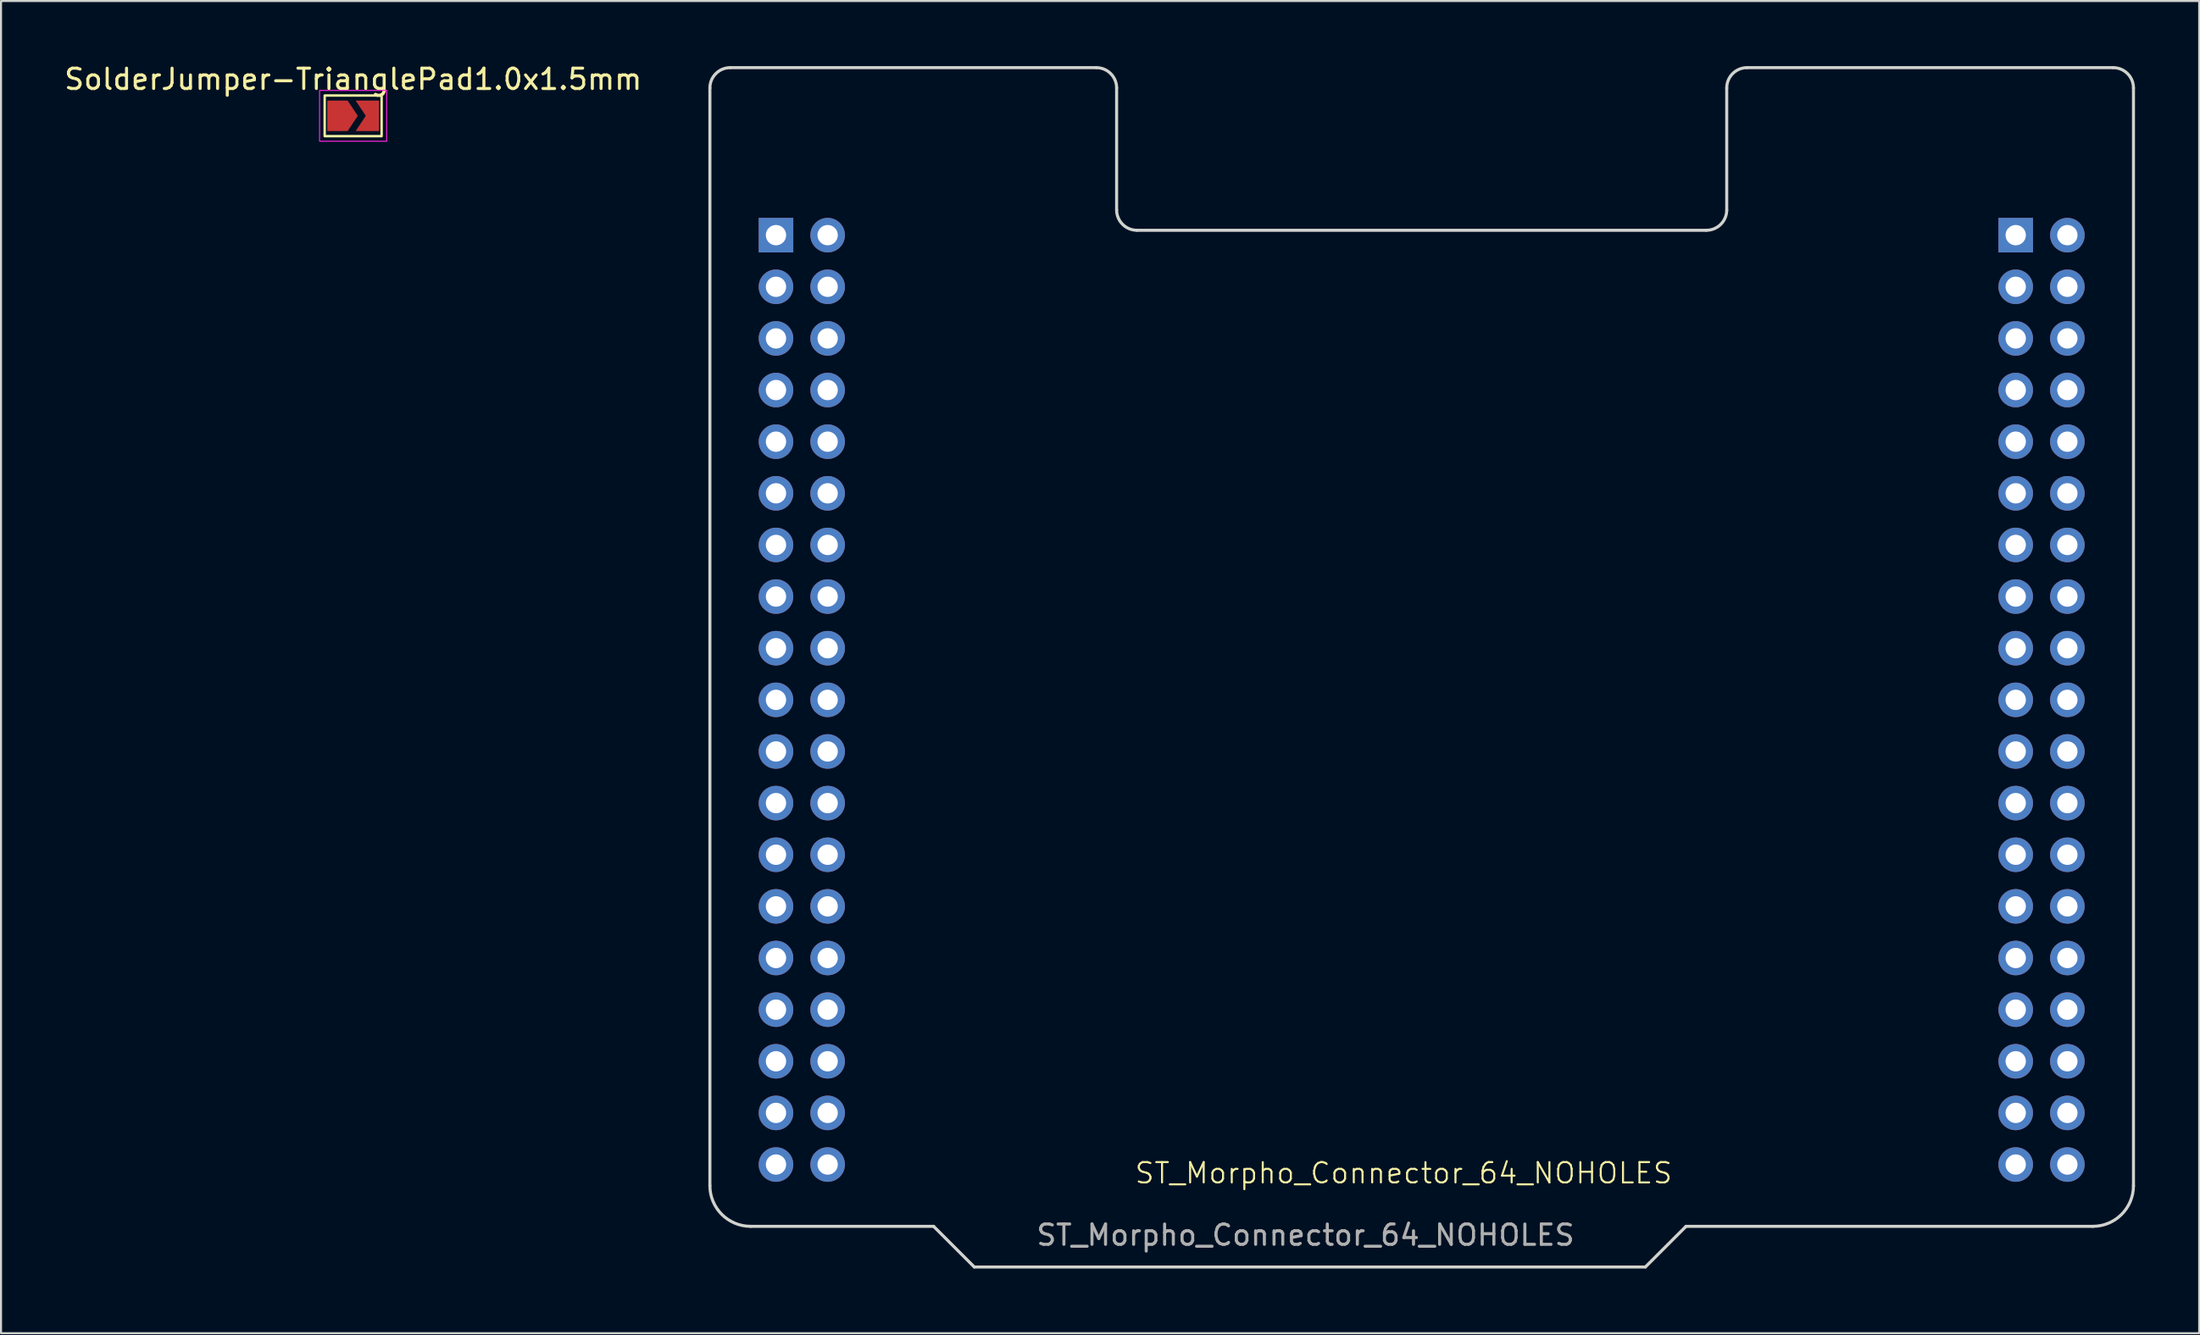
<source format=kicad_pcb>
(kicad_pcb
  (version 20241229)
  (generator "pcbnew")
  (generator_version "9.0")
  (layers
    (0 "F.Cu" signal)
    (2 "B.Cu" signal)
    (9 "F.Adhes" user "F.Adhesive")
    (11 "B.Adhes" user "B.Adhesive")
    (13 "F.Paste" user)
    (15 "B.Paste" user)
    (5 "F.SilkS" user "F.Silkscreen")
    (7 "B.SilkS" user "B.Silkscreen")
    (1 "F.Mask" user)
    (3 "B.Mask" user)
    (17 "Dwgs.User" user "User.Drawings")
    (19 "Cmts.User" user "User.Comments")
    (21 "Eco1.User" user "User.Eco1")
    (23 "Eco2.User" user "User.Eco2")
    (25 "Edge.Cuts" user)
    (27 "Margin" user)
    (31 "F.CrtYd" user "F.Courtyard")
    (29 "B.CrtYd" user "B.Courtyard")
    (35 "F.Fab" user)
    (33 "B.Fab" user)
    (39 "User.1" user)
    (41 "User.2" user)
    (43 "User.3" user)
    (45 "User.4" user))
  (footprint "SolderJumper-TrianglePad1.0x1.5mm"
    (layer "F.Cu")
    (at 14.315 2.648)
    (property "Reference" "SolderJumper-TrianglePad1.0x1.5mm" (at 0 -1.8 0) (layer "F.SilkS") (effects (font (size 1 1) (thickness 0.15))))
    (attr exclude_from_pos_files exclude_from_bom)
    (fp_rect (start -1.4 -1) (end 1.4 1) (stroke (width 0.12) (type solid)) (fill no) (layer "F.SilkS"))
    (fp_rect (start -1.65 -1.25) (end 1.65 1.25) (stroke (width 0.05) (type solid)) (fill no) (layer "F.CrtYd"))
    (pad "1" smd custom (at -0.772 0) (size 0.3 0.3) (layers "F.Cu" "F.Mask") (options (anchor rect)) (primitives (gr_poly (pts (xy 1 0) (xy 0.5 0.75) (xy -0.5 0.75) (xy -0.5 -0.75) (xy 0.5 -0.75)) (width 0) (fill yes))))
    (pad "2" smd custom (at 0.772 0) (size 0.3 0.3) (layers "F.Cu" "F.Mask") (options (anchor rect)) (primitives (gr_poly (pts (xy 0.5 0.75) (xy -0.65 0.75) (xy -0.15 0) (xy -0.65 -0.75) (xy 0.5 -0.75)) (width 0) (fill yes)))))
  (footprint "ST_Morpho_Connector_64_NOHOLES"
    (layer "F.Cu")
    (at 65.463 33.832)
    (property "Reference" "ST_Morpho_Connector_64_NOHOLES" (at 0.508 20.828 0) (unlocked yes) (layer "F.SilkS") (effects (font (size 1 1) (thickness 0.1))))
    (attr through_hole)
    (fp_line (start -33.606 -32.554) (end -33.606 21.446) (stroke (width 0.15) (type solid)) (layer "Edge.Cuts"))
    (fp_line (start -22.606 23.446) (end -31.606 23.446) (stroke (width 0.15) (type solid)) (layer "Edge.Cuts"))
    (fp_line (start -20.606 25.446) (end -22.606 23.446) (stroke (width 0.15) (type solid)) (layer "Edge.Cuts"))
    (fp_line (start -14.606 -33.554) (end -32.606 -33.554) (stroke (width 0.15) (type solid)) (layer "Edge.Cuts"))
    (fp_line (start -13.606 -26.554) (end -13.606 -32.554) (stroke (width 0.15) (type solid)) (layer "Edge.Cuts"))
    (fp_line (start -12.606 -25.554) (end 15.394 -25.554) (stroke (width 0.15) (type solid)) (layer "Edge.Cuts"))
    (fp_line (start 12.394 25.446) (end -20.606 25.446) (stroke (width 0.15) (type solid)) (layer "Edge.Cuts"))
    (fp_line (start 14.394 23.446) (end 12.394 25.446) (stroke (width 0.15) (type solid)) (layer "Edge.Cuts"))
    (fp_line (start 16.394 -26.554) (end 16.394 -32.554) (stroke (width 0.15) (type solid)) (layer "Edge.Cuts"))
    (fp_line (start 17.394 -33.554) (end 35.394 -33.554) (stroke (width 0.15) (type solid)) (layer "Edge.Cuts"))
    (fp_line (start 34.394 23.446) (end 14.394 23.446) (stroke (width 0.15) (type solid)) (layer "Edge.Cuts"))
    (fp_line (start 36.394 -32.554) (end 36.394 21.446) (stroke (width 0.15) (type solid)) (layer "Edge.Cuts"))
    (fp_arc (start -33.605786 -32.554214) (mid -33.312887 -33.261307) (end -32.605786 -33.554214) (stroke (width 0.15) (type solid)) (layer "Edge.Cuts"))
    (fp_arc (start -31.605786 23.445786) (mid -33.020004 22.860004) (end -33.605786 21.445786) (stroke (width 0.15) (type solid)) (layer "Edge.Cuts"))
    (fp_arc (start -14.605786 -33.554214) (mid -13.898683 -33.261317) (end -13.605786 -32.554214) (stroke (width 0.15) (type solid)) (layer "Edge.Cuts"))
    (fp_arc (start -12.605786 -25.554214) (mid -13.312897 -25.847103) (end -13.605786 -26.554214) (stroke (width 0.15) (type solid)) (layer "Edge.Cuts"))
    (fp_arc (start 16.394214 -32.554214) (mid 16.687107 -33.261321) (end 17.394214 -33.554214) (stroke (width 0.15) (type solid)) (layer "Edge.Cuts"))
    (fp_arc (start 16.394214 -26.554214) (mid 16.101321 -25.847107) (end 15.394214 -25.554214) (stroke (width 0.15) (type solid)) (layer "Edge.Cuts"))
    (fp_arc (start 35.394214 -33.554214) (mid 36.101321 -33.261321) (end 36.394214 -32.554214) (stroke (width 0.15) (type solid)) (layer "Edge.Cuts"))
    (fp_arc (start 36.394214 21.445786) (mid 35.808428 22.86) (end 34.394214 23.445786) (stroke (width 0.15) (type solid)) (layer "Edge.Cuts"))
    (fp_rect (start -33.782 -33.782) (end 36.576 25.654) (stroke (width 0.1) (type default)) (fill no) (layer "Margin"))
    (fp_text user "${REFERENCE}" (at -4.318 23.876 0) (unlocked yes) (layer "F.Fab") (effects (font (size 1 1) (thickness 0.15))))
    (pad "1" thru_hole rect (at -30.356 -25.314) (size 1.7 1.7) (drill 1) (layers "*.Cu" "*.Mask"))
    (pad "2" thru_hole oval (at -27.816 -25.314) (size 1.7 1.7) (drill 1) (layers "*.Cu" "*.Mask"))
    (pad "3" thru_hole oval (at -30.356 -22.774) (size 1.7 1.7) (drill 1) (layers "*.Cu" "*.Mask"))
    (pad "4" thru_hole oval (at -27.816 -22.774) (size 1.7 1.7) (drill 1) (layers "*.Cu" "*.Mask"))
    (pad "5" thru_hole oval (at -30.356 -20.234) (size 1.7 1.7) (drill 1) (layers "*.Cu" "*.Mask"))
    (pad "6" thru_hole oval (at -27.816 -20.234) (size 1.7 1.7) (drill 1) (layers "*.Cu" "*.Mask"))
    (pad "7" thru_hole oval (at -30.356 -17.694) (size 1.7 1.7) (drill 1) (layers "*.Cu" "*.Mask"))
    (pad "8" thru_hole oval (at -27.816 -17.694) (size 1.7 1.7) (drill 1) (layers "*.Cu" "*.Mask"))
    (pad "9" thru_hole oval (at -30.356 -15.154) (size 1.7 1.7) (drill 1) (layers "*.Cu" "*.Mask"))
    (pad "10" thru_hole oval (at -27.816 -15.154) (size 1.7 1.7) (drill 1) (layers "*.Cu" "*.Mask"))
    (pad "11" thru_hole oval (at -30.356 -12.614) (size 1.7 1.7) (drill 1) (layers "*.Cu" "*.Mask"))
    (pad "12" thru_hole oval (at -27.816 -12.614) (size 1.7 1.7) (drill 1) (layers "*.Cu" "*.Mask"))
    (pad "13" thru_hole oval (at -30.356 -10.074) (size 1.7 1.7) (drill 1) (layers "*.Cu" "*.Mask"))
    (pad "14" thru_hole oval (at -27.816 -10.074) (size 1.7 1.7) (drill 1) (layers "*.Cu" "*.Mask"))
    (pad "15" thru_hole oval (at -30.356 -7.534) (size 1.7 1.7) (drill 1) (layers "*.Cu" "*.Mask"))
    (pad "16" thru_hole oval (at -27.816 -7.534) (size 1.7 1.7) (drill 1) (layers "*.Cu" "*.Mask"))
    (pad "17" thru_hole oval (at -30.356 -4.994) (size 1.7 1.7) (drill 1) (layers "*.Cu" "*.Mask"))
    (pad "18" thru_hole oval (at -27.816 -4.994) (size 1.7 1.7) (drill 1) (layers "*.Cu" "*.Mask"))
    (pad "19" thru_hole oval (at -30.356 -2.454) (size 1.7 1.7) (drill 1) (layers "*.Cu" "*.Mask"))
    (pad "20" thru_hole oval (at -27.816 -2.454) (size 1.7 1.7) (drill 1) (layers "*.Cu" "*.Mask"))
    (pad "21" thru_hole oval (at -30.356 0.086) (size 1.7 1.7) (drill 1) (layers "*.Cu" "*.Mask"))
    (pad "22" thru_hole oval (at -27.816 0.086) (size 1.7 1.7) (drill 1) (layers "*.Cu" "*.Mask"))
    (pad "23" thru_hole oval (at -30.356 2.626) (size 1.7 1.7) (drill 1) (layers "*.Cu" "*.Mask"))
    (pad "24" thru_hole oval (at -27.816 2.626) (size 1.7 1.7) (drill 1) (layers "*.Cu" "*.Mask"))
    (pad "25" thru_hole oval (at -30.356 5.166) (size 1.7 1.7) (drill 1) (layers "*.Cu" "*.Mask"))
    (pad "26" thru_hole oval (at -27.816 5.166) (size 1.7 1.7) (drill 1) (layers "*.Cu" "*.Mask"))
    (pad "27" thru_hole oval (at -30.356 7.706) (size 1.7 1.7) (drill 1) (layers "*.Cu" "*.Mask"))
    (pad "28" thru_hole oval (at -27.816 7.706) (size 1.7 1.7) (drill 1) (layers "*.Cu" "*.Mask"))
    (pad "29" thru_hole oval (at -30.356 10.246) (size 1.7 1.7) (drill 1) (layers "*.Cu" "*.Mask"))
    (pad "30" thru_hole oval (at -27.816 10.246) (size 1.7 1.7) (drill 1) (layers "*.Cu" "*.Mask"))
    (pad "31" thru_hole oval (at -30.356 12.786) (size 1.7 1.7) (drill 1) (layers "*.Cu" "*.Mask"))
    (pad "32" thru_hole oval (at -27.816 12.786) (size 1.7 1.7) (drill 1) (layers "*.Cu" "*.Mask"))
    (pad "33" thru_hole oval (at -30.356 15.326) (size 1.7 1.7) (drill 1) (layers "*.Cu" "*.Mask"))
    (pad "34" thru_hole oval (at -27.816 15.326) (size 1.7 1.7) (drill 1) (layers "*.Cu" "*.Mask"))
    (pad "35" thru_hole oval (at -30.356 17.866) (size 1.7 1.7) (drill 1) (layers "*.Cu" "*.Mask"))
    (pad "36" thru_hole oval (at -27.816 17.866) (size 1.7 1.7) (drill 1) (layers "*.Cu" "*.Mask"))
    (pad "37" thru_hole oval (at -30.356 20.406) (size 1.7 1.7) (drill 1) (layers "*.Cu" "*.Mask"))
    (pad "38" thru_hole oval (at -27.816 20.406) (size 1.7 1.7) (drill 1) (layers "*.Cu" "*.Mask"))
    (pad "39" thru_hole rect (at 30.604 -25.314) (size 1.7 1.7) (drill 1) (layers "*.Cu" "*.Mask"))
    (pad "40" thru_hole oval (at 33.144 -25.314) (size 1.7 1.7) (drill 1) (layers "*.Cu" "*.Mask"))
    (pad "41" thru_hole oval (at 30.604 -22.774) (size 1.7 1.7) (drill 1) (layers "*.Cu" "*.Mask"))
    (pad "42" thru_hole oval (at 33.144 -22.774) (size 1.7 1.7) (drill 1) (layers "*.Cu" "*.Mask"))
    (pad "43" thru_hole oval (at 30.604 -20.234) (size 1.7 1.7) (drill 1) (layers "*.Cu" "*.Mask"))
    (pad "44" thru_hole oval (at 33.144 -20.234) (size 1.7 1.7) (drill 1) (layers "*.Cu" "*.Mask"))
    (pad "45" thru_hole oval (at 30.604 -17.694) (size 1.7 1.7) (drill 1) (layers "*.Cu" "*.Mask"))
    (pad "46" thru_hole oval (at 33.144 -17.694) (size 1.7 1.7) (drill 1) (layers "*.Cu" "*.Mask"))
    (pad "47" thru_hole oval (at 30.604 -15.154) (size 1.7 1.7) (drill 1) (layers "*.Cu" "*.Mask"))
    (pad "48" thru_hole oval (at 33.144 -15.154) (size 1.7 1.7) (drill 1) (layers "*.Cu" "*.Mask"))
    (pad "49" thru_hole oval (at 30.604 -12.614) (size 1.7 1.7) (drill 1) (layers "*.Cu" "*.Mask"))
    (pad "50" thru_hole oval (at 33.144 -12.614) (size 1.7 1.7) (drill 1) (layers "*.Cu" "*.Mask"))
    (pad "51" thru_hole oval (at 30.604 -10.074) (size 1.7 1.7) (drill 1) (layers "*.Cu" "*.Mask"))
    (pad "52" thru_hole oval (at 33.144 -10.074) (size 1.7 1.7) (drill 1) (layers "*.Cu" "*.Mask"))
    (pad "53" thru_hole oval (at 30.604 -7.534) (size 1.7 1.7) (drill 1) (layers "*.Cu" "*.Mask"))
    (pad "54" thru_hole oval (at 33.144 -7.534) (size 1.7 1.7) (drill 1) (layers "*.Cu" "*.Mask"))
    (pad "55" thru_hole oval (at 30.604 -4.994) (size 1.7 1.7) (drill 1) (layers "*.Cu" "*.Mask"))
    (pad "56" thru_hole oval (at 33.144 -4.994) (size 1.7 1.7) (drill 1) (layers "*.Cu" "*.Mask"))
    (pad "57" thru_hole oval (at 30.604 -2.454) (size 1.7 1.7) (drill 1) (layers "*.Cu" "*.Mask"))
    (pad "58" thru_hole oval (at 33.144 -2.454) (size 1.7 1.7) (drill 1) (layers "*.Cu" "*.Mask"))
    (pad "59" thru_hole oval (at 30.604 0.086) (size 1.7 1.7) (drill 1) (layers "*.Cu" "*.Mask"))
    (pad "60" thru_hole oval (at 33.144 0.086) (size 1.7 1.7) (drill 1) (layers "*.Cu" "*.Mask"))
    (pad "61" thru_hole oval (at 30.604 2.626) (size 1.7 1.7) (drill 1) (layers "*.Cu" "*.Mask"))
    (pad "62" thru_hole oval (at 33.144 2.626) (size 1.7 1.7) (drill 1) (layers "*.Cu" "*.Mask"))
    (pad "63" thru_hole oval (at 30.604 5.166) (size 1.7 1.7) (drill 1) (layers "*.Cu" "*.Mask"))
    (pad "64" thru_hole oval (at 33.144 5.166) (size 1.7 1.7) (drill 1) (layers "*.Cu" "*.Mask"))
    (pad "65" thru_hole oval (at 30.604 7.706) (size 1.7 1.7) (drill 1) (layers "*.Cu" "*.Mask"))
    (pad "66" thru_hole oval (at 33.144 7.706) (size 1.7 1.7) (drill 1) (layers "*.Cu" "*.Mask"))
    (pad "67" thru_hole oval (at 30.604 10.246) (size 1.7 1.7) (drill 1) (layers "*.Cu" "*.Mask"))
    (pad "68" thru_hole oval (at 33.144 10.246) (size 1.7 1.7) (drill 1) (layers "*.Cu" "*.Mask"))
    (pad "69" thru_hole oval (at 30.604 12.786) (size 1.7 1.7) (drill 1) (layers "*.Cu" "*.Mask"))
    (pad "70" thru_hole oval (at 33.144 12.786) (size 1.7 1.7) (drill 1) (layers "*.Cu" "*.Mask"))
    (pad "71" thru_hole oval (at 30.604 15.326) (size 1.7 1.7) (drill 1) (layers "*.Cu" "*.Mask"))
    (pad "72" thru_hole oval (at 33.144 15.326) (size 1.7 1.7) (drill 1) (layers "*.Cu" "*.Mask"))
    (pad "73" thru_hole oval (at 30.604 17.866) (size 1.7 1.7) (drill 1) (layers "*.Cu" "*.Mask"))
    (pad "74" thru_hole oval (at 33.144 17.866) (size 1.7 1.7) (drill 1) (layers "*.Cu" "*.Mask"))
    (pad "75" thru_hole oval (at 30.604 20.406) (size 1.7 1.7) (drill 1) (layers "*.Cu" "*.Mask"))
    (pad "76" thru_hole oval (at 33.144 20.406) (size 1.7 1.7) (drill 1) (layers "*.Cu" "*.Mask")))
  (gr_rect
    (start -3 -3)
    (end 105.089 62.536)
    (stroke (width 0.1) (type default))
    (fill no)
    (layer "Edge.Cuts")))
</source>
